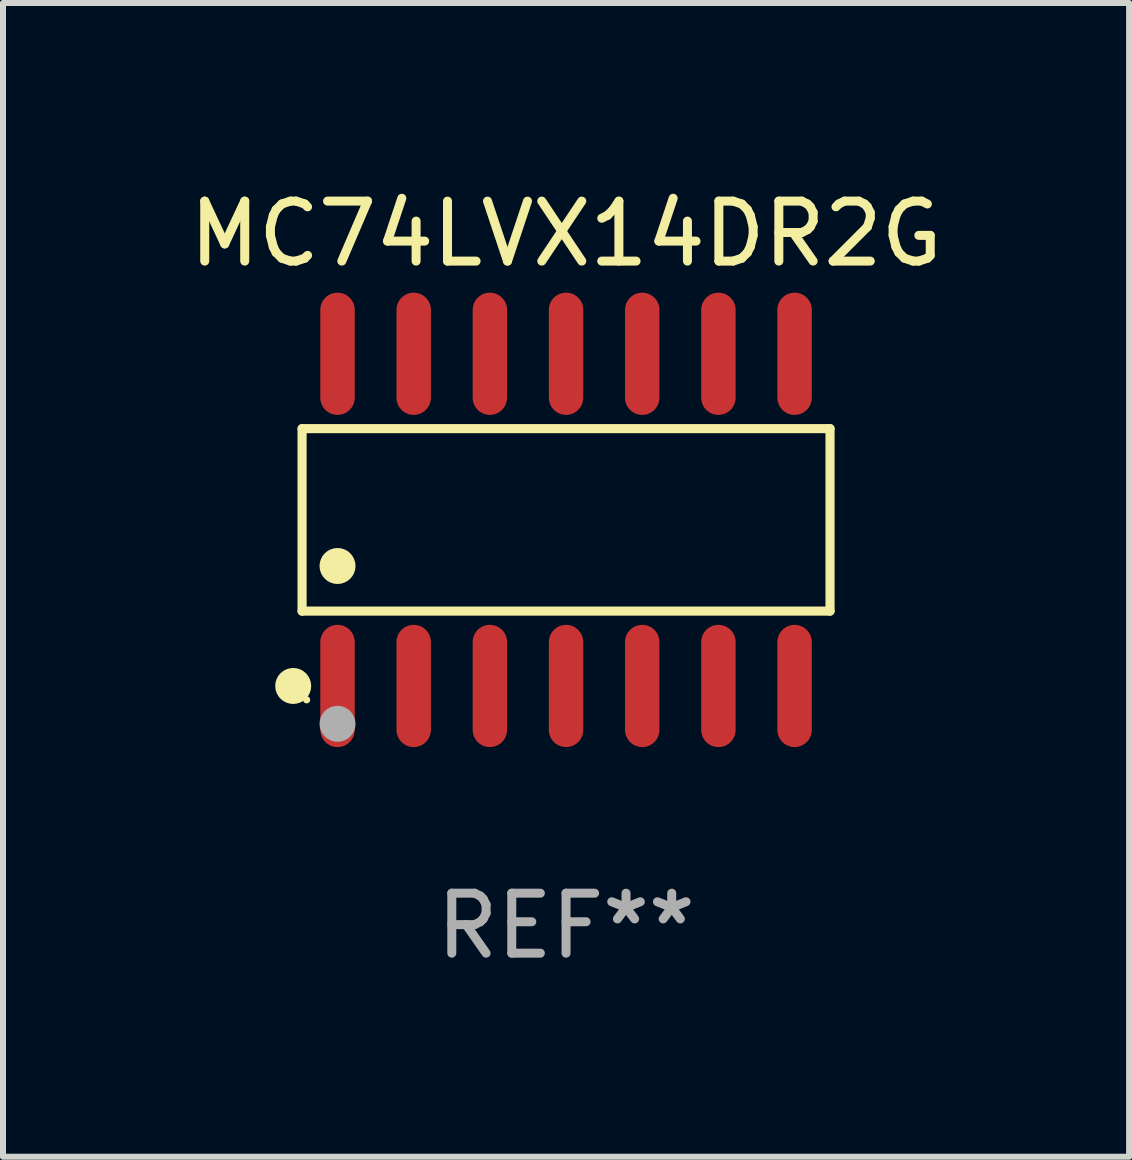
<source format=kicad_pcb>
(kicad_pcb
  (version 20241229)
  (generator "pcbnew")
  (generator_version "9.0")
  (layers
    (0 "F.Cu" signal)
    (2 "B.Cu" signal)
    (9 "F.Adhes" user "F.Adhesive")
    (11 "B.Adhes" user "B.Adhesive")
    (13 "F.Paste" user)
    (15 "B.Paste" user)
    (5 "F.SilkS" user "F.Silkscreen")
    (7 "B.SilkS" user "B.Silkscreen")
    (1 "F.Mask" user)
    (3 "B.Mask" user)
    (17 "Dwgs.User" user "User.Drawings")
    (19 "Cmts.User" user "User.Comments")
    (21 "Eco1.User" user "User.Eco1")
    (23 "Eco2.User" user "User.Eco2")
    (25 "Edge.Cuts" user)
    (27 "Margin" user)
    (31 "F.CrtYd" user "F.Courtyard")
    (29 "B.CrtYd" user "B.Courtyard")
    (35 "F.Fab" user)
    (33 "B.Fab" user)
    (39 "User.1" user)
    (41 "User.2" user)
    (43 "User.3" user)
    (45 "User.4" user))
  (footprint "MC74LVX14DR2G"
    (layer "F.Cu")
    (at 6.387 5.617)
    (property "Reference" "MC74LVX14DR2G" (at 0 -4.769 0) (layer "F.SilkS") (effects (font (size 1 1) (thickness 0.15))))
    (attr through_hole)
    (fp_line (start -4.401 -1.521) (end 4.401 -1.521) (stroke (width 0.152) (type solid)) (layer "F.SilkS"))
    (fp_line (start -4.401 1.521) (end -4.401 -1.521) (stroke (width 0.152) (type solid)) (layer "F.SilkS"))
    (fp_line (start 4.401 -1.521) (end 4.401 1.521) (stroke (width 0.152) (type solid)) (layer "F.SilkS"))
    (fp_line (start 4.401 1.521) (end -4.401 1.521) (stroke (width 0.152) (type solid)) (layer "F.SilkS"))
    (fp_circle (center -4.549 2.769) (end -4.399 2.769) (stroke (width 0.3) (type solid)) (fill no) (layer "F.SilkS"))
    (fp_circle (center -4.325 3) (end -4.295 3) (stroke (width 0.06) (type solid)) (fill no) (layer "F.SilkS"))
    (fp_circle (center -3.81 0.769) (end -3.66 0.769) (stroke (width 0.3) (type solid)) (fill no) (layer "F.SilkS"))
    (fp_circle (center -3.81 3.4) (end -3.66 3.4) (stroke (width 0.3) (type solid)) (fill no) (layer "F.Fab"))
    (fp_text user "REF**" (at 0 6.769 0) (layer "F.Fab") (effects (font (size 1 1) (thickness 0.15))))
    (pad "1" smd oval (at -3.81 2.769) (size 0.574 2.038) (layers "F.Cu" "F.Mask" "F.Paste"))
    (pad "2" smd oval (at -2.54 2.769) (size 0.574 2.038) (layers "F.Cu" "F.Mask" "F.Paste"))
    (pad "3" smd oval (at -1.27 2.769) (size 0.574 2.038) (layers "F.Cu" "F.Mask" "F.Paste"))
    (pad "4" smd oval (at 0 2.769) (size 0.574 2.038) (layers "F.Cu" "F.Mask" "F.Paste"))
    (pad "5" smd oval (at 1.27 2.769) (size 0.574 2.038) (layers "F.Cu" "F.Mask" "F.Paste"))
    (pad "6" smd oval (at 2.54 2.769) (size 0.574 2.038) (layers "F.Cu" "F.Mask" "F.Paste"))
    (pad "7" smd oval (at 3.81 2.769) (size 0.574 2.038) (layers "F.Cu" "F.Mask" "F.Paste"))
    (pad "8" smd oval (at 3.81 -2.769) (size 0.574 2.038) (layers "F.Cu" "F.Mask" "F.Paste"))
    (pad "9" smd oval (at 2.54 -2.769) (size 0.574 2.038) (layers "F.Cu" "F.Mask" "F.Paste"))
    (pad "10" smd oval (at 1.27 -2.769) (size 0.574 2.038) (layers "F.Cu" "F.Mask" "F.Paste"))
    (pad "11" smd oval (at 0 -2.769) (size 0.574 2.038) (layers "F.Cu" "F.Mask" "F.Paste"))
    (pad "12" smd oval (at -1.27 -2.769) (size 0.574 2.038) (layers "F.Cu" "F.Mask" "F.Paste"))
    (pad "13" smd oval (at -2.54 -2.769) (size 0.574 2.038) (layers "F.Cu" "F.Mask" "F.Paste"))
    (pad "14" smd oval (at -3.81 -2.769) (size 0.574 2.038) (layers "F.Cu" "F.Mask" "F.Paste")))
  (gr_rect
    (start -3 -3)
    (end 15.774 16.235)
    (stroke (width 0.1) (type default))
    (fill no)
    (layer "Edge.Cuts")))
</source>
